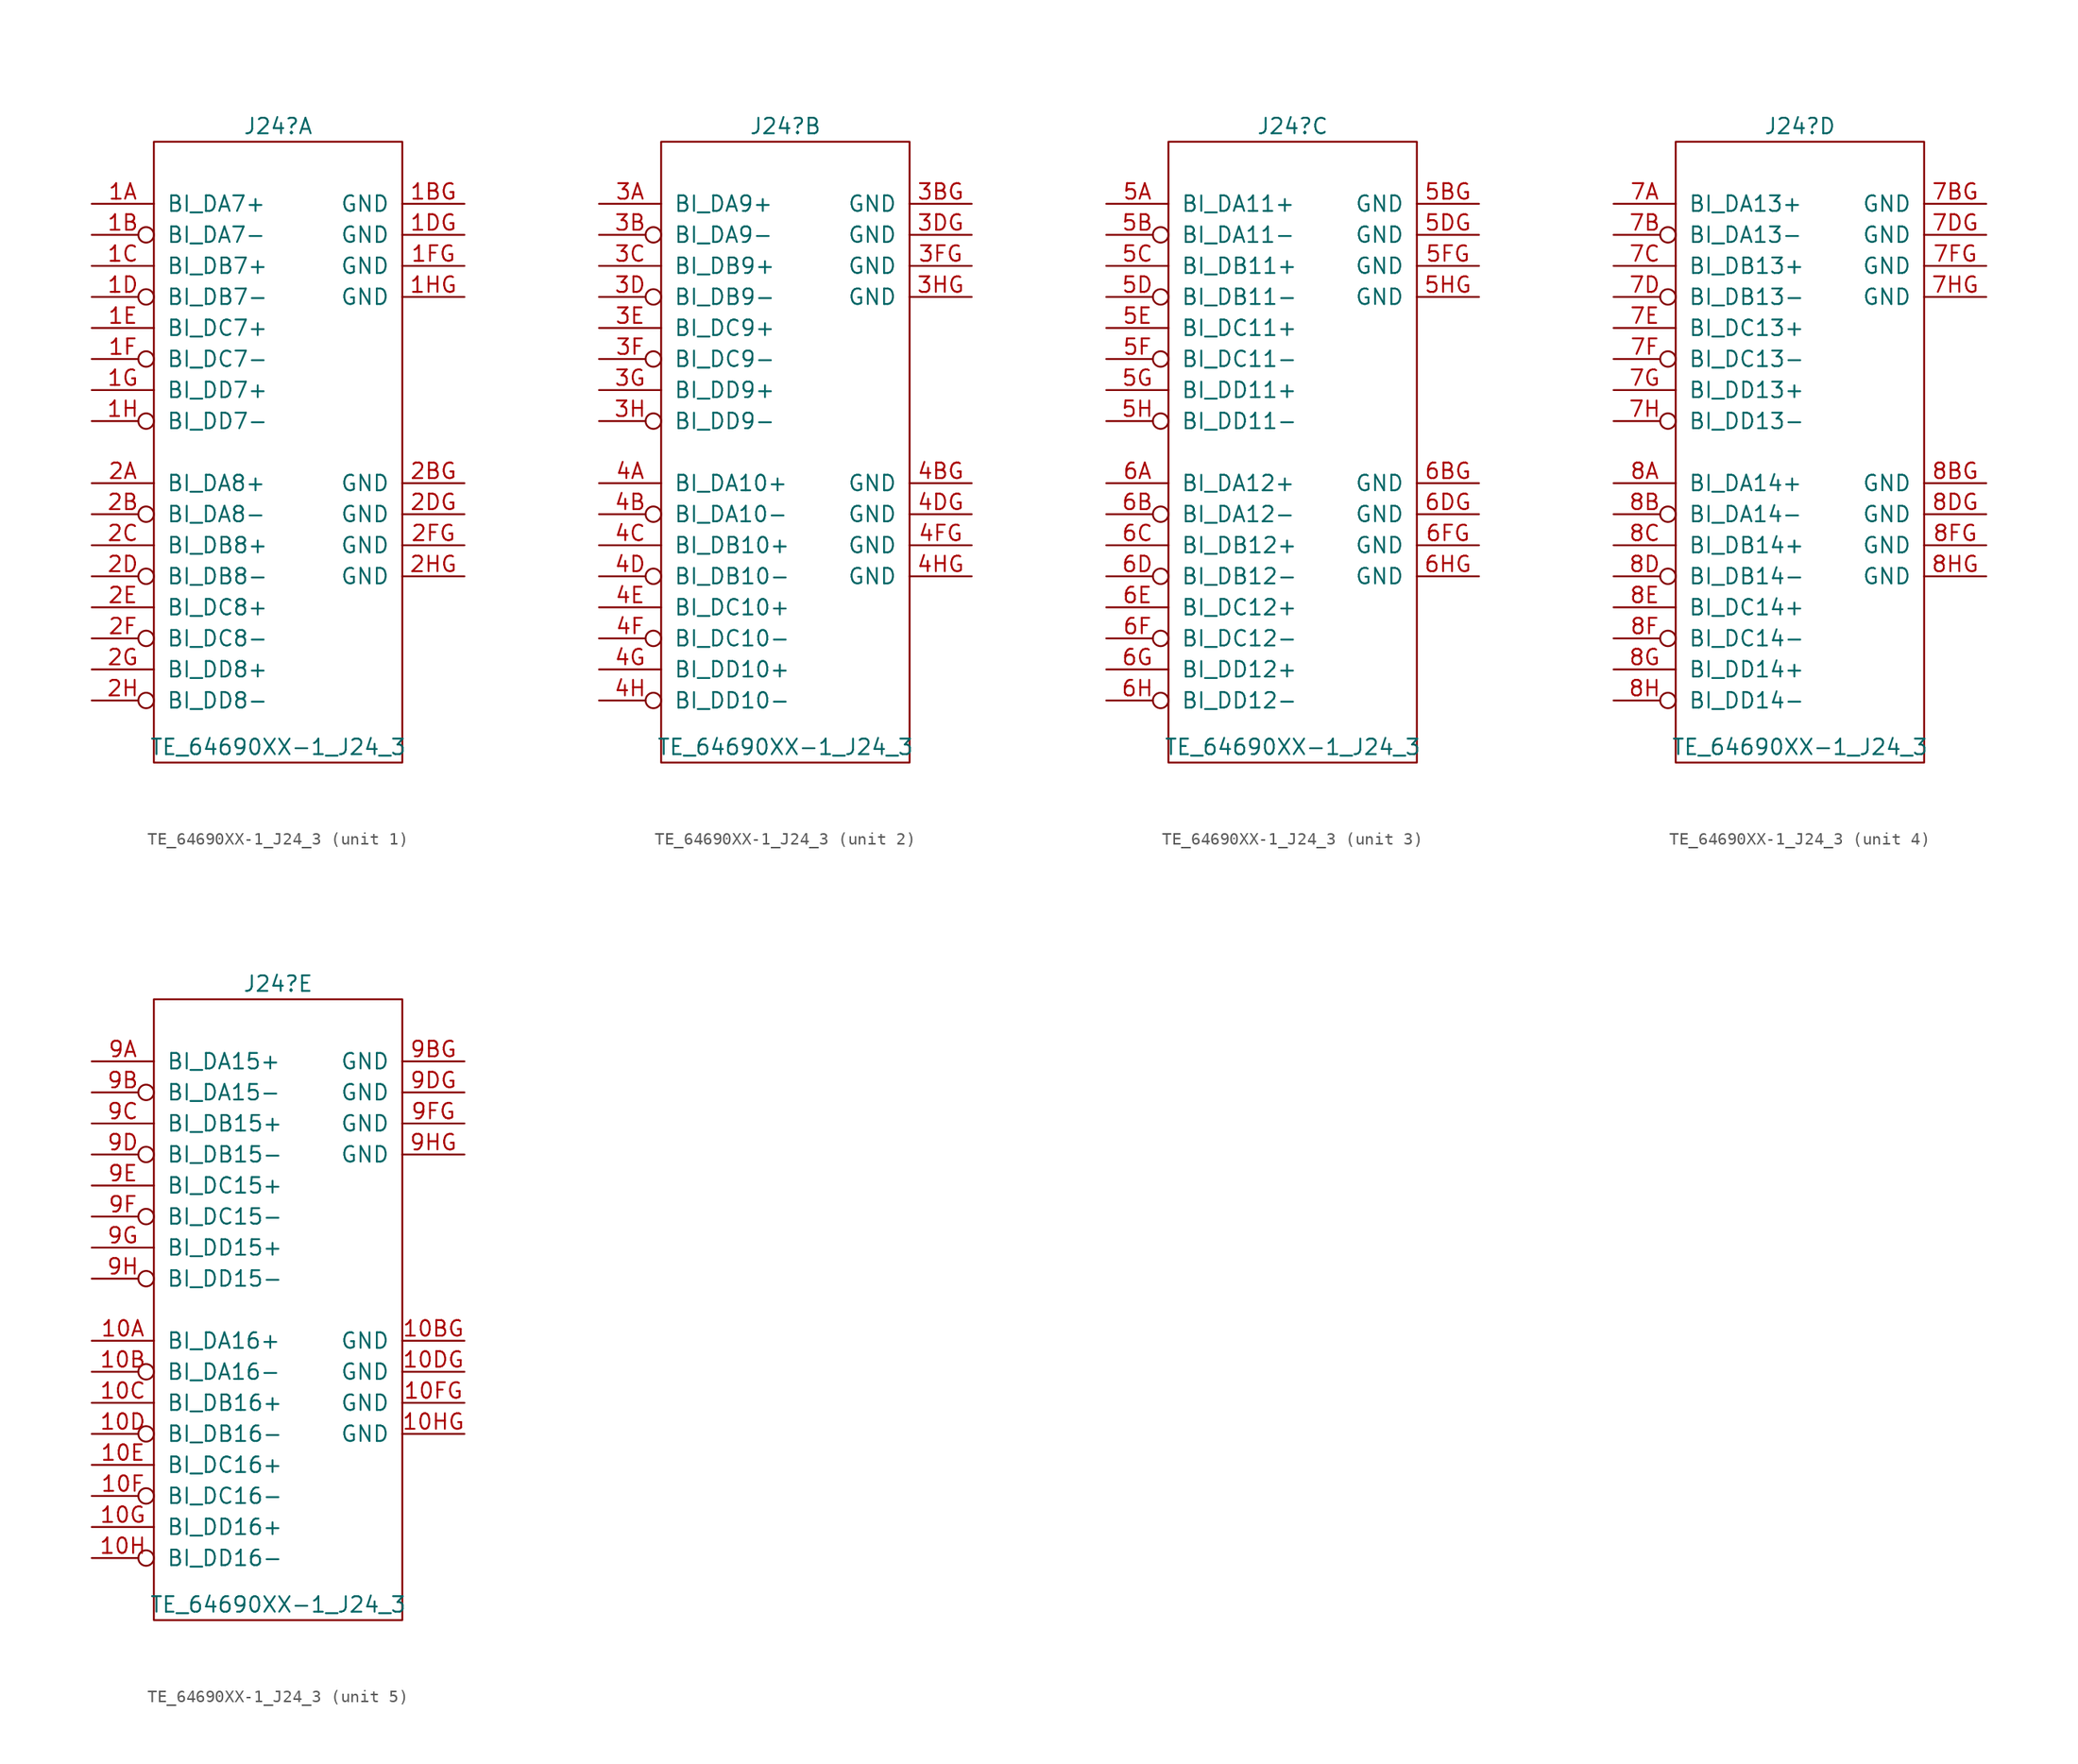
<source format=kicad_sym>
(kicad_symbol_lib
  (version 20220914)
  (generator kicad_symbol_editor)
  (symbol "TE_64690XX-1_J24_3"
    (pin_names
      (offset 1.016))
    (property "Reference" "J24"
      (at 0 26.67 0)
      (effects (font (size 1.27 1.27))))
    (property "Value" "TE_64690XX-1_J24_3"
      (at 0 -24.13 0)
      (effects (font (size 1.27 1.27))))
    (property "ki_locked" ""
      (at 0 0 0)
      (effects (font (size 1.27 1.27))))
    (symbol "TE_64690XX-1_J24_3_1_1"
      (rectangle (start -10.16 25.4) (end 10.16 -25.4) (stroke (width 0) (type default)) (fill (type none)))
      (pin bidirectional line (at -15.24 20.32 0) (length 5.08) (name "BI_DA7+" (effects (font (size 1.27 1.27)))) (number "1A" (effects (font (size 1.27 1.27)))))
      (pin bidirectional inverted (at -15.24 17.78 0) (length 5.08) (name "BI_DA7-" (effects (font (size 1.27 1.27)))) (number "1B" (effects (font (size 1.27 1.27)))))
      (pin passive line (at 15.24 20.32 180) (length 5.08) (name "GND" (effects (font (size 1.27 1.27)))) (number "1BG" (effects (font (size 1.27 1.27)))))
      (pin bidirectional line (at -15.24 15.24 0) (length 5.08) (name "BI_DB7+" (effects (font (size 1.27 1.27)))) (number "1C" (effects (font (size 1.27 1.27)))))
      (pin bidirectional inverted (at -15.24 12.7 0) (length 5.08) (name "BI_DB7-" (effects (font (size 1.27 1.27)))) (number "1D" (effects (font (size 1.27 1.27)))))
      (pin passive line (at 15.24 17.78 180) (length 5.08) (name "GND" (effects (font (size 1.27 1.27)))) (number "1DG" (effects (font (size 1.27 1.27)))))
      (pin bidirectional line (at -15.24 10.16 0) (length 5.08) (name "BI_DC7+" (effects (font (size 1.27 1.27)))) (number "1E" (effects (font (size 1.27 1.27)))))
      (pin bidirectional inverted (at -15.24 7.62 0) (length 5.08) (name "BI_DC7-" (effects (font (size 1.27 1.27)))) (number "1F" (effects (font (size 1.27 1.27)))))
      (pin passive line (at 15.24 15.24 180) (length 5.08) (name "GND" (effects (font (size 1.27 1.27)))) (number "1FG" (effects (font (size 1.27 1.27)))))
      (pin bidirectional line (at -15.24 5.08 0) (length 5.08) (name "BI_DD7+" (effects (font (size 1.27 1.27)))) (number "1G" (effects (font (size 1.27 1.27)))))
      (pin bidirectional inverted (at -15.24 2.54 0) (length 5.08) (name "BI_DD7-" (effects (font (size 1.27 1.27)))) (number "1H" (effects (font (size 1.27 1.27)))))
      (pin passive line (at 15.24 12.7 180) (length 5.08) (name "GND" (effects (font (size 1.27 1.27)))) (number "1HG" (effects (font (size 1.27 1.27)))))
      (pin bidirectional line (at -15.24 -2.54 0) (length 5.08) (name "BI_DA8+" (effects (font (size 1.27 1.27)))) (number "2A" (effects (font (size 1.27 1.27)))))
      (pin bidirectional inverted (at -15.24 -5.08 0) (length 5.08) (name "BI_DA8-" (effects (font (size 1.27 1.27)))) (number "2B" (effects (font (size 1.27 1.27)))))
      (pin passive line (at 15.24 -2.54 180) (length 5.08) (name "GND" (effects (font (size 1.27 1.27)))) (number "2BG" (effects (font (size 1.27 1.27)))))
      (pin bidirectional line (at -15.24 -7.62 0) (length 5.08) (name "BI_DB8+" (effects (font (size 1.27 1.27)))) (number "2C" (effects (font (size 1.27 1.27)))))
      (pin bidirectional inverted (at -15.24 -10.16 0) (length 5.08) (name "BI_DB8-" (effects (font (size 1.27 1.27)))) (number "2D" (effects (font (size 1.27 1.27)))))
      (pin passive line (at 15.24 -5.08 180) (length 5.08) (name "GND" (effects (font (size 1.27 1.27)))) (number "2DG" (effects (font (size 1.27 1.27)))))
      (pin bidirectional line (at -15.24 -12.7 0) (length 5.08) (name "BI_DC8+" (effects (font (size 1.27 1.27)))) (number "2E" (effects (font (size 1.27 1.27)))))
      (pin bidirectional inverted (at -15.24 -15.24 0) (length 5.08) (name "BI_DC8-" (effects (font (size 1.27 1.27)))) (number "2F" (effects (font (size 1.27 1.27)))))
      (pin passive line (at 15.24 -7.62 180) (length 5.08) (name "GND" (effects (font (size 1.27 1.27)))) (number "2FG" (effects (font (size 1.27 1.27)))))
      (pin bidirectional line (at -15.24 -17.78 0) (length 5.08) (name "BI_DD8+" (effects (font (size 1.27 1.27)))) (number "2G" (effects (font (size 1.27 1.27)))))
      (pin bidirectional inverted (at -15.24 -20.32 0) (length 5.08) (name "BI_DD8-" (effects (font (size 1.27 1.27)))) (number "2H" (effects (font (size 1.27 1.27)))))
      (pin passive line (at 15.24 -10.16 180) (length 5.08) (name "GND" (effects (font (size 1.27 1.27)))) (number "2HG" (effects (font (size 1.27 1.27))))))
    (symbol "TE_64690XX-1_J24_3_2_1"
      (rectangle (start -10.16 25.4) (end 10.16 -25.4) (stroke (width 0) (type default)) (fill (type none)))
      (pin bidirectional line (at -15.24 20.32 0) (length 5.08) (name "BI_DA9+" (effects (font (size 1.27 1.27)))) (number "3A" (effects (font (size 1.27 1.27)))))
      (pin bidirectional inverted (at -15.24 17.78 0) (length 5.08) (name "BI_DA9-" (effects (font (size 1.27 1.27)))) (number "3B" (effects (font (size 1.27 1.27)))))
      (pin passive line (at 15.24 20.32 180) (length 5.08) (name "GND" (effects (font (size 1.27 1.27)))) (number "3BG" (effects (font (size 1.27 1.27)))))
      (pin bidirectional line (at -15.24 15.24 0) (length 5.08) (name "BI_DB9+" (effects (font (size 1.27 1.27)))) (number "3C" (effects (font (size 1.27 1.27)))))
      (pin bidirectional inverted (at -15.24 12.7 0) (length 5.08) (name "BI_DB9-" (effects (font (size 1.27 1.27)))) (number "3D" (effects (font (size 1.27 1.27)))))
      (pin passive line (at 15.24 17.78 180) (length 5.08) (name "GND" (effects (font (size 1.27 1.27)))) (number "3DG" (effects (font (size 1.27 1.27)))))
      (pin bidirectional line (at -15.24 10.16 0) (length 5.08) (name "BI_DC9+" (effects (font (size 1.27 1.27)))) (number "3E" (effects (font (size 1.27 1.27)))))
      (pin bidirectional inverted (at -15.24 7.62 0) (length 5.08) (name "BI_DC9-" (effects (font (size 1.27 1.27)))) (number "3F" (effects (font (size 1.27 1.27)))))
      (pin passive line (at 15.24 15.24 180) (length 5.08) (name "GND" (effects (font (size 1.27 1.27)))) (number "3FG" (effects (font (size 1.27 1.27)))))
      (pin bidirectional line (at -15.24 5.08 0) (length 5.08) (name "BI_DD9+" (effects (font (size 1.27 1.27)))) (number "3G" (effects (font (size 1.27 1.27)))))
      (pin bidirectional inverted (at -15.24 2.54 0) (length 5.08) (name "BI_DD9-" (effects (font (size 1.27 1.27)))) (number "3H" (effects (font (size 1.27 1.27)))))
      (pin passive line (at 15.24 12.7 180) (length 5.08) (name "GND" (effects (font (size 1.27 1.27)))) (number "3HG" (effects (font (size 1.27 1.27)))))
      (pin bidirectional line (at -15.24 -2.54 0) (length 5.08) (name "BI_DA10+" (effects (font (size 1.27 1.27)))) (number "4A" (effects (font (size 1.27 1.27)))))
      (pin bidirectional inverted (at -15.24 -5.08 0) (length 5.08) (name "BI_DA10-" (effects (font (size 1.27 1.27)))) (number "4B" (effects (font (size 1.27 1.27)))))
      (pin passive line (at 15.24 -2.54 180) (length 5.08) (name "GND" (effects (font (size 1.27 1.27)))) (number "4BG" (effects (font (size 1.27 1.27)))))
      (pin bidirectional line (at -15.24 -7.62 0) (length 5.08) (name "BI_DB10+" (effects (font (size 1.27 1.27)))) (number "4C" (effects (font (size 1.27 1.27)))))
      (pin bidirectional inverted (at -15.24 -10.16 0) (length 5.08) (name "BI_DB10-" (effects (font (size 1.27 1.27)))) (number "4D" (effects (font (size 1.27 1.27)))))
      (pin passive line (at 15.24 -5.08 180) (length 5.08) (name "GND" (effects (font (size 1.27 1.27)))) (number "4DG" (effects (font (size 1.27 1.27)))))
      (pin bidirectional line (at -15.24 -12.7 0) (length 5.08) (name "BI_DC10+" (effects (font (size 1.27 1.27)))) (number "4E" (effects (font (size 1.27 1.27)))))
      (pin bidirectional inverted (at -15.24 -15.24 0) (length 5.08) (name "BI_DC10-" (effects (font (size 1.27 1.27)))) (number "4F" (effects (font (size 1.27 1.27)))))
      (pin passive line (at 15.24 -7.62 180) (length 5.08) (name "GND" (effects (font (size 1.27 1.27)))) (number "4FG" (effects (font (size 1.27 1.27)))))
      (pin bidirectional line (at -15.24 -17.78 0) (length 5.08) (name "BI_DD10+" (effects (font (size 1.27 1.27)))) (number "4G" (effects (font (size 1.27 1.27)))))
      (pin bidirectional inverted (at -15.24 -20.32 0) (length 5.08) (name "BI_DD10-" (effects (font (size 1.27 1.27)))) (number "4H" (effects (font (size 1.27 1.27)))))
      (pin passive line (at 15.24 -10.16 180) (length 5.08) (name "GND" (effects (font (size 1.27 1.27)))) (number "4HG" (effects (font (size 1.27 1.27))))))
    (symbol "TE_64690XX-1_J24_3_3_1"
      (rectangle (start -10.16 25.4) (end 10.16 -25.4) (stroke (width 0) (type default)) (fill (type none)))
      (pin bidirectional line (at -15.24 20.32 0) (length 5.08) (name "BI_DA11+" (effects (font (size 1.27 1.27)))) (number "5A" (effects (font (size 1.27 1.27)))))
      (pin bidirectional inverted (at -15.24 17.78 0) (length 5.08) (name "BI_DA11-" (effects (font (size 1.27 1.27)))) (number "5B" (effects (font (size 1.27 1.27)))))
      (pin passive line (at 15.24 20.32 180) (length 5.08) (name "GND" (effects (font (size 1.27 1.27)))) (number "5BG" (effects (font (size 1.27 1.27)))))
      (pin bidirectional line (at -15.24 15.24 0) (length 5.08) (name "BI_DB11+" (effects (font (size 1.27 1.27)))) (number "5C" (effects (font (size 1.27 1.27)))))
      (pin bidirectional inverted (at -15.24 12.7 0) (length 5.08) (name "BI_DB11-" (effects (font (size 1.27 1.27)))) (number "5D" (effects (font (size 1.27 1.27)))))
      (pin passive line (at 15.24 17.78 180) (length 5.08) (name "GND" (effects (font (size 1.27 1.27)))) (number "5DG" (effects (font (size 1.27 1.27)))))
      (pin bidirectional line (at -15.24 10.16 0) (length 5.08) (name "BI_DC11+" (effects (font (size 1.27 1.27)))) (number "5E" (effects (font (size 1.27 1.27)))))
      (pin bidirectional inverted (at -15.24 7.62 0) (length 5.08) (name "BI_DC11-" (effects (font (size 1.27 1.27)))) (number "5F" (effects (font (size 1.27 1.27)))))
      (pin passive line (at 15.24 15.24 180) (length 5.08) (name "GND" (effects (font (size 1.27 1.27)))) (number "5FG" (effects (font (size 1.27 1.27)))))
      (pin bidirectional line (at -15.24 5.08 0) (length 5.08) (name "BI_DD11+" (effects (font (size 1.27 1.27)))) (number "5G" (effects (font (size 1.27 1.27)))))
      (pin bidirectional inverted (at -15.24 2.54 0) (length 5.08) (name "BI_DD11-" (effects (font (size 1.27 1.27)))) (number "5H" (effects (font (size 1.27 1.27)))))
      (pin passive line (at 15.24 12.7 180) (length 5.08) (name "GND" (effects (font (size 1.27 1.27)))) (number "5HG" (effects (font (size 1.27 1.27)))))
      (pin bidirectional line (at -15.24 -2.54 0) (length 5.08) (name "BI_DA12+" (effects (font (size 1.27 1.27)))) (number "6A" (effects (font (size 1.27 1.27)))))
      (pin bidirectional inverted (at -15.24 -5.08 0) (length 5.08) (name "BI_DA12-" (effects (font (size 1.27 1.27)))) (number "6B" (effects (font (size 1.27 1.27)))))
      (pin passive line (at 15.24 -2.54 180) (length 5.08) (name "GND" (effects (font (size 1.27 1.27)))) (number "6BG" (effects (font (size 1.27 1.27)))))
      (pin bidirectional line (at -15.24 -7.62 0) (length 5.08) (name "BI_DB12+" (effects (font (size 1.27 1.27)))) (number "6C" (effects (font (size 1.27 1.27)))))
      (pin bidirectional inverted (at -15.24 -10.16 0) (length 5.08) (name "BI_DB12-" (effects (font (size 1.27 1.27)))) (number "6D" (effects (font (size 1.27 1.27)))))
      (pin passive line (at 15.24 -5.08 180) (length 5.08) (name "GND" (effects (font (size 1.27 1.27)))) (number "6DG" (effects (font (size 1.27 1.27)))))
      (pin bidirectional line (at -15.24 -12.7 0) (length 5.08) (name "BI_DC12+" (effects (font (size 1.27 1.27)))) (number "6E" (effects (font (size 1.27 1.27)))))
      (pin bidirectional inverted (at -15.24 -15.24 0) (length 5.08) (name "BI_DC12-" (effects (font (size 1.27 1.27)))) (number "6F" (effects (font (size 1.27 1.27)))))
      (pin passive line (at 15.24 -7.62 180) (length 5.08) (name "GND" (effects (font (size 1.27 1.27)))) (number "6FG" (effects (font (size 1.27 1.27)))))
      (pin bidirectional line (at -15.24 -17.78 0) (length 5.08) (name "BI_DD12+" (effects (font (size 1.27 1.27)))) (number "6G" (effects (font (size 1.27 1.27)))))
      (pin bidirectional inverted (at -15.24 -20.32 0) (length 5.08) (name "BI_DD12-" (effects (font (size 1.27 1.27)))) (number "6H" (effects (font (size 1.27 1.27)))))
      (pin passive line (at 15.24 -10.16 180) (length 5.08) (name "GND" (effects (font (size 1.27 1.27)))) (number "6HG" (effects (font (size 1.27 1.27))))))
    (symbol "TE_64690XX-1_J24_3_4_1"
      (rectangle (start -10.16 25.4) (end 10.16 -25.4) (stroke (width 0) (type default)) (fill (type none)))
      (pin bidirectional line (at -15.24 20.32 0) (length 5.08) (name "BI_DA13+" (effects (font (size 1.27 1.27)))) (number "7A" (effects (font (size 1.27 1.27)))))
      (pin bidirectional inverted (at -15.24 17.78 0) (length 5.08) (name "BI_DA13-" (effects (font (size 1.27 1.27)))) (number "7B" (effects (font (size 1.27 1.27)))))
      (pin passive line (at 15.24 20.32 180) (length 5.08) (name "GND" (effects (font (size 1.27 1.27)))) (number "7BG" (effects (font (size 1.27 1.27)))))
      (pin bidirectional line (at -15.24 15.24 0) (length 5.08) (name "BI_DB13+" (effects (font (size 1.27 1.27)))) (number "7C" (effects (font (size 1.27 1.27)))))
      (pin bidirectional inverted (at -15.24 12.7 0) (length 5.08) (name "BI_DB13-" (effects (font (size 1.27 1.27)))) (number "7D" (effects (font (size 1.27 1.27)))))
      (pin passive line (at 15.24 17.78 180) (length 5.08) (name "GND" (effects (font (size 1.27 1.27)))) (number "7DG" (effects (font (size 1.27 1.27)))))
      (pin bidirectional line (at -15.24 10.16 0) (length 5.08) (name "BI_DC13+" (effects (font (size 1.27 1.27)))) (number "7E" (effects (font (size 1.27 1.27)))))
      (pin bidirectional inverted (at -15.24 7.62 0) (length 5.08) (name "BI_DC13-" (effects (font (size 1.27 1.27)))) (number "7F" (effects (font (size 1.27 1.27)))))
      (pin passive line (at 15.24 15.24 180) (length 5.08) (name "GND" (effects (font (size 1.27 1.27)))) (number "7FG" (effects (font (size 1.27 1.27)))))
      (pin bidirectional line (at -15.24 5.08 0) (length 5.08) (name "BI_DD13+" (effects (font (size 1.27 1.27)))) (number "7G" (effects (font (size 1.27 1.27)))))
      (pin bidirectional inverted (at -15.24 2.54 0) (length 5.08) (name "BI_DD13-" (effects (font (size 1.27 1.27)))) (number "7H" (effects (font (size 1.27 1.27)))))
      (pin passive line (at 15.24 12.7 180) (length 5.08) (name "GND" (effects (font (size 1.27 1.27)))) (number "7HG" (effects (font (size 1.27 1.27)))))
      (pin bidirectional line (at -15.24 -2.54 0) (length 5.08) (name "BI_DA14+" (effects (font (size 1.27 1.27)))) (number "8A" (effects (font (size 1.27 1.27)))))
      (pin bidirectional inverted (at -15.24 -5.08 0) (length 5.08) (name "BI_DA14-" (effects (font (size 1.27 1.27)))) (number "8B" (effects (font (size 1.27 1.27)))))
      (pin passive line (at 15.24 -2.54 180) (length 5.08) (name "GND" (effects (font (size 1.27 1.27)))) (number "8BG" (effects (font (size 1.27 1.27)))))
      (pin bidirectional line (at -15.24 -7.62 0) (length 5.08) (name "BI_DB14+" (effects (font (size 1.27 1.27)))) (number "8C" (effects (font (size 1.27 1.27)))))
      (pin bidirectional inverted (at -15.24 -10.16 0) (length 5.08) (name "BI_DB14-" (effects (font (size 1.27 1.27)))) (number "8D" (effects (font (size 1.27 1.27)))))
      (pin passive line (at 15.24 -5.08 180) (length 5.08) (name "GND" (effects (font (size 1.27 1.27)))) (number "8DG" (effects (font (size 1.27 1.27)))))
      (pin bidirectional line (at -15.24 -12.7 0) (length 5.08) (name "BI_DC14+" (effects (font (size 1.27 1.27)))) (number "8E" (effects (font (size 1.27 1.27)))))
      (pin bidirectional inverted (at -15.24 -15.24 0) (length 5.08) (name "BI_DC14-" (effects (font (size 1.27 1.27)))) (number "8F" (effects (font (size 1.27 1.27)))))
      (pin passive line (at 15.24 -7.62 180) (length 5.08) (name "GND" (effects (font (size 1.27 1.27)))) (number "8FG" (effects (font (size 1.27 1.27)))))
      (pin bidirectional line (at -15.24 -17.78 0) (length 5.08) (name "BI_DD14+" (effects (font (size 1.27 1.27)))) (number "8G" (effects (font (size 1.27 1.27)))))
      (pin bidirectional inverted (at -15.24 -20.32 0) (length 5.08) (name "BI_DD14-" (effects (font (size 1.27 1.27)))) (number "8H" (effects (font (size 1.27 1.27)))))
      (pin passive line (at 15.24 -10.16 180) (length 5.08) (name "GND" (effects (font (size 1.27 1.27)))) (number "8HG" (effects (font (size 1.27 1.27))))))
    (symbol "TE_64690XX-1_J24_3_5_1"
      (rectangle (start -10.16 25.4) (end 10.16 -25.4) (stroke (width 0) (type default)) (fill (type none)))
      (pin bidirectional line (at -15.24 -2.54 0) (length 5.08) (name "BI_DA16+" (effects (font (size 1.27 1.27)))) (number "10A" (effects (font (size 1.27 1.27)))))
      (pin bidirectional inverted (at -15.24 -5.08 0) (length 5.08) (name "BI_DA16-" (effects (font (size 1.27 1.27)))) (number "10B" (effects (font (size 1.27 1.27)))))
      (pin passive line (at 15.24 -2.54 180) (length 5.08) (name "GND" (effects (font (size 1.27 1.27)))) (number "10BG" (effects (font (size 1.27 1.27)))))
      (pin bidirectional line (at -15.24 -7.62 0) (length 5.08) (name "BI_DB16+" (effects (font (size 1.27 1.27)))) (number "10C" (effects (font (size 1.27 1.27)))))
      (pin bidirectional inverted (at -15.24 -10.16 0) (length 5.08) (name "BI_DB16-" (effects (font (size 1.27 1.27)))) (number "10D" (effects (font (size 1.27 1.27)))))
      (pin passive line (at 15.24 -5.08 180) (length 5.08) (name "GND" (effects (font (size 1.27 1.27)))) (number "10DG" (effects (font (size 1.27 1.27)))))
      (pin bidirectional line (at -15.24 -12.7 0) (length 5.08) (name "BI_DC16+" (effects (font (size 1.27 1.27)))) (number "10E" (effects (font (size 1.27 1.27)))))
      (pin bidirectional inverted (at -15.24 -15.24 0) (length 5.08) (name "BI_DC16-" (effects (font (size 1.27 1.27)))) (number "10F" (effects (font (size 1.27 1.27)))))
      (pin passive line (at 15.24 -7.62 180) (length 5.08) (name "GND" (effects (font (size 1.27 1.27)))) (number "10FG" (effects (font (size 1.27 1.27)))))
      (pin bidirectional line (at -15.24 -17.78 0) (length 5.08) (name "BI_DD16+" (effects (font (size 1.27 1.27)))) (number "10G" (effects (font (size 1.27 1.27)))))
      (pin bidirectional inverted (at -15.24 -20.32 0) (length 5.08) (name "BI_DD16-" (effects (font (size 1.27 1.27)))) (number "10H" (effects (font (size 1.27 1.27)))))
      (pin passive line (at 15.24 -10.16 180) (length 5.08) (name "GND" (effects (font (size 1.27 1.27)))) (number "10HG" (effects (font (size 1.27 1.27)))))
      (pin bidirectional line (at -15.24 20.32 0) (length 5.08) (name "BI_DA15+" (effects (font (size 1.27 1.27)))) (number "9A" (effects (font (size 1.27 1.27)))))
      (pin bidirectional inverted (at -15.24 17.78 0) (length 5.08) (name "BI_DA15-" (effects (font (size 1.27 1.27)))) (number "9B" (effects (font (size 1.27 1.27)))))
      (pin passive line (at 15.24 20.32 180) (length 5.08) (name "GND" (effects (font (size 1.27 1.27)))) (number "9BG" (effects (font (size 1.27 1.27)))))
      (pin bidirectional line (at -15.24 15.24 0) (length 5.08) (name "BI_DB15+" (effects (font (size 1.27 1.27)))) (number "9C" (effects (font (size 1.27 1.27)))))
      (pin bidirectional inverted (at -15.24 12.7 0) (length 5.08) (name "BI_DB15-" (effects (font (size 1.27 1.27)))) (number "9D" (effects (font (size 1.27 1.27)))))
      (pin passive line (at 15.24 17.78 180) (length 5.08) (name "GND" (effects (font (size 1.27 1.27)))) (number "9DG" (effects (font (size 1.27 1.27)))))
      (pin bidirectional line (at -15.24 10.16 0) (length 5.08) (name "BI_DC15+" (effects (font (size 1.27 1.27)))) (number "9E" (effects (font (size 1.27 1.27)))))
      (pin bidirectional inverted (at -15.24 7.62 0) (length 5.08) (name "BI_DC15-" (effects (font (size 1.27 1.27)))) (number "9F" (effects (font (size 1.27 1.27)))))
      (pin passive line (at 15.24 15.24 180) (length 5.08) (name "GND" (effects (font (size 1.27 1.27)))) (number "9FG" (effects (font (size 1.27 1.27)))))
      (pin bidirectional line (at -15.24 5.08 0) (length 5.08) (name "BI_DD15+" (effects (font (size 1.27 1.27)))) (number "9G" (effects (font (size 1.27 1.27)))))
      (pin bidirectional inverted (at -15.24 2.54 0) (length 5.08) (name "BI_DD15-" (effects (font (size 1.27 1.27)))) (number "9H" (effects (font (size 1.27 1.27)))))
      (pin passive line (at 15.24 12.7 180) (length 5.08) (name "GND" (effects (font (size 1.27 1.27)))) (number "9HG" (effects (font (size 1.27 1.27))))))))
</source>
